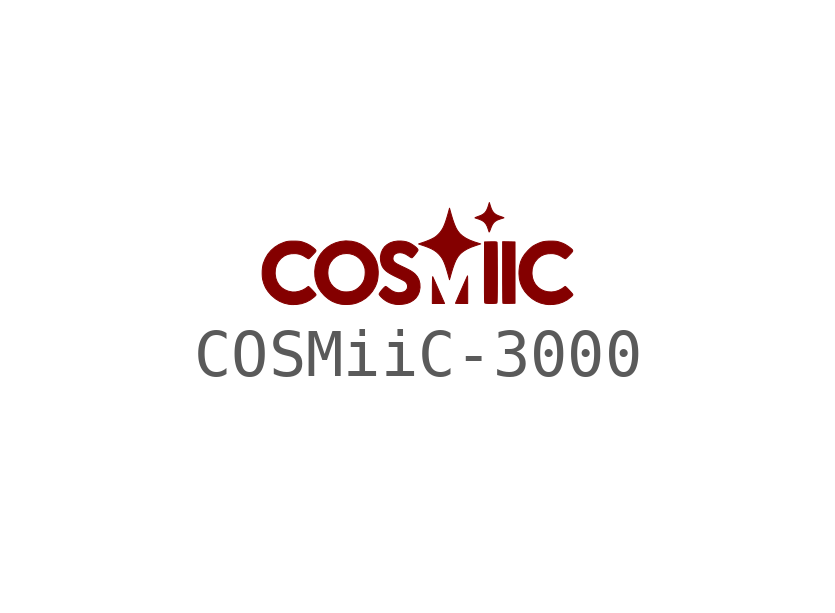
<source format=kicad_sym>
(kicad_symbol_lib
  (version 20220914)
  (generator kicad_symbol_editor)
  (symbol "COSMiiC-3000"
    (pin_names
      (offset 1.016))
    (property "Reference" "#G"
      (at 0 0.423 0)
      (effects (font (size 1.27 1.27)) hide))
    (symbol "COSMiiC-3000_0_0"
      (polyline (pts (xy 1.913 -1.04) (xy 2.036 -1.037) (xy 2.036 -0.398) (xy 2.036 0.241) (xy 1.907 0.244) (xy 1.778 0.246) (xy 1.778 -0.392) (xy 1.778 -0.4) (xy 1.778 -0.502) (xy 1.778 -0.599) (xy 1.779 -0.69) (xy 1.779 -0.773) (xy 1.78 -0.847) (xy 1.78 -0.911) (xy 1.781 -0.963) (xy 1.782 -1.002) (xy 1.783 -1.027) (xy 1.784 -1.036) (xy 1.786 -1.037) (xy 1.802 -1.038) (xy 1.831 -1.04) (xy 1.869 -1.04) (xy 1.913 -1.04)) (stroke (width 0.01) (type default)) (fill (type outline)))
      (polyline (pts (xy 0.556 -1.014) (xy 0.548 -0.995) (xy 0.532 -0.96) (xy 0.513 -0.916) (xy 0.491 -0.865) (xy 0.467 -0.811) (xy 0.442 -0.754) (xy 0.417 -0.697) (xy 0.393 -0.643) (xy 0.371 -0.593) (xy 0.352 -0.55) (xy 0.336 -0.516) (xy 0.326 -0.492) (xy 0.321 -0.483) (xy 0.32 -0.483) (xy 0.318 -0.496) (xy 0.317 -0.525) (xy 0.316 -0.566) (xy 0.315 -0.619) (xy 0.314 -0.683) (xy 0.314 -0.756) (xy 0.313 -1.041) (xy 0.44 -1.041) (xy 0.568 -1.041) (xy 0.556 -1.014)) (stroke (width 0.01) (type default)) (fill (type outline)))
      (polyline (pts (xy 1.05 -0.752) (xy 1.05 -0.697) (xy 1.05 -0.634) (xy 1.049 -0.578) (xy 1.049 -0.531) (xy 1.048 -0.496) (xy 1.047 -0.474) (xy 1.046 -0.466) (xy 1.044 -0.47) (xy 1.036 -0.488) (xy 1.023 -0.517) (xy 1.005 -0.557) (xy 0.984 -0.604) (xy 0.961 -0.657) (xy 0.936 -0.713) (xy 0.911 -0.771) (xy 0.886 -0.828) (xy 0.862 -0.882) (xy 0.841 -0.931) (xy 0.823 -0.974) (xy 0.808 -1.007) (xy 0.799 -1.029) (xy 0.796 -1.037) (xy 0.798 -1.038) (xy 0.813 -1.039) (xy 0.841 -1.04) (xy 0.879 -1.041) (xy 0.923 -1.041) (xy 1.05 -1.041) (xy 1.05 -0.752)) (stroke (width 0.01) (type default)) (fill (type outline)))
      (polyline (pts (xy 1.503 0.455) (xy 1.512 0.475) (xy 1.523 0.504) (xy 1.537 0.543) (xy 1.562 0.598) (xy 1.591 0.641) (xy 1.627 0.673) (xy 1.672 0.699) (xy 1.729 0.719) (xy 1.733 0.721) (xy 1.764 0.73) (xy 1.79 0.738) (xy 1.803 0.743) (xy 1.805 0.743) (xy 1.799 0.749) (xy 1.78 0.756) (xy 1.753 0.766) (xy 1.693 0.786) (xy 1.64 0.811) (xy 1.599 0.843) (xy 1.567 0.883) (xy 1.542 0.934) (xy 1.52 0.999) (xy 1.501 1.062) (xy 1.479 0.991) (xy 1.465 0.948) (xy 1.441 0.895) (xy 1.411 0.853) (xy 1.374 0.821) (xy 1.326 0.794) (xy 1.263 0.771) (xy 1.245 0.764) (xy 1.219 0.754) (xy 1.204 0.747) (xy 1.202 0.742) (xy 1.211 0.739) (xy 1.234 0.732) (xy 1.262 0.723) (xy 1.291 0.713) (xy 1.348 0.689) (xy 1.392 0.659) (xy 1.426 0.621) (xy 1.454 0.571) (xy 1.477 0.508) (xy 1.483 0.488) (xy 1.491 0.464) (xy 1.496 0.449) (xy 1.497 0.448) (xy 1.503 0.455)) (stroke (width 0.01) (type default)) (fill (type outline)))
      (polyline (pts (xy 1.584 -1.041) (xy 1.619 -1.039) (xy 1.645 -1.036) (xy 1.658 -1.031) (xy 1.659 -1.028) (xy 1.661 -1.016) (xy 1.663 -0.996) (xy 1.664 -0.965) (xy 1.665 -0.923) (xy 1.666 -0.87) (xy 1.667 -0.804) (xy 1.667 -0.725) (xy 1.668 -0.632) (xy 1.668 -0.523) (xy 1.668 -0.398) (xy 1.668 -0.302) (xy 1.667 -0.206) (xy 1.667 -0.115) (xy 1.666 -0.032) (xy 1.666 0.043) (xy 1.665 0.107) (xy 1.664 0.16) (xy 1.663 0.2) (xy 1.662 0.225) (xy 1.661 0.235) (xy 1.656 0.238) (xy 1.643 0.242) (xy 1.618 0.244) (xy 1.58 0.244) (xy 1.528 0.244) (xy 1.401 0.241) (xy 1.399 -0.389) (xy 1.399 -0.392) (xy 1.399 -0.52) (xy 1.399 -0.632) (xy 1.399 -0.729) (xy 1.399 -0.811) (xy 1.4 -0.879) (xy 1.4 -0.933) (xy 1.401 -0.975) (xy 1.403 -1.004) (xy 1.405 -1.022) (xy 1.407 -1.03) (xy 1.413 -1.033) (xy 1.434 -1.037) (xy 1.465 -1.04) (xy 1.504 -1.042) (xy 1.544 -1.042) (xy 1.584 -1.041)) (stroke (width 0.01) (type default)) (fill (type outline)))
      (polyline (pts (xy 0.708 -0.412) (xy 0.708 -0.412) (xy 0.741 -0.303) (xy 0.774 -0.21) (xy 0.807 -0.134) (xy 0.842 -0.074) (xy 0.855 -0.055) (xy 0.902 -0.001) (xy 0.962 0.047) (xy 1.034 0.091) (xy 1.12 0.131) (xy 1.221 0.167) (xy 1.321 0.2) (xy 1.22 0.232) (xy 1.199 0.238) (xy 1.099 0.276) (xy 1.015 0.317) (xy 0.945 0.363) (xy 0.887 0.414) (xy 0.842 0.472) (xy 0.841 0.472) (xy 0.807 0.532) (xy 0.774 0.608) (xy 0.741 0.701) (xy 0.708 0.81) (xy 0.671 0.944) (xy 0.661 0.906) (xy 0.641 0.832) (xy 0.616 0.747) (xy 0.593 0.674) (xy 0.571 0.613) (xy 0.549 0.561) (xy 0.527 0.517) (xy 0.502 0.478) (xy 0.476 0.442) (xy 0.445 0.408) (xy 0.444 0.407) (xy 0.411 0.375) (xy 0.381 0.35) (xy 0.347 0.328) (xy 0.303 0.305) (xy 0.277 0.292) (xy 0.226 0.271) (xy 0.172 0.249) (xy 0.122 0.232) (xy 0.121 0.231) (xy 0.084 0.219) (xy 0.054 0.209) (xy 0.034 0.202) (xy 0.027 0.199) (xy 0.028 0.198) (xy 0.039 0.194) (xy 0.062 0.186) (xy 0.095 0.175) (xy 0.134 0.162) (xy 0.138 0.161) (xy 0.222 0.13) (xy 0.293 0.099) (xy 0.352 0.066) (xy 0.402 0.03) (xy 0.446 -0.011) (xy 0.468 -0.036) (xy 0.496 -0.07) (xy 0.521 -0.108) (xy 0.544 -0.151) (xy 0.566 -0.201) (xy 0.588 -0.26) (xy 0.61 -0.329) (xy 0.634 -0.411) (xy 0.661 -0.508) (xy 0.671 -0.546) (xy 0.708 -0.412)) (stroke (width 0.01) (type default)) (fill (type outline)))
      (polyline (pts (xy -1.422 -1.061) (xy -1.354 -1.054) (xy -1.296 -1.041) (xy -1.256 -1.029) (xy -1.162 -0.987) (xy -1.075 -0.932) (xy -0.999 -0.864) (xy -0.933 -0.786) (xy -0.881 -0.699) (xy -0.868 -0.672) (xy -0.846 -0.616) (xy -0.83 -0.561) (xy -0.821 -0.502) (xy -0.815 -0.432) (xy -0.814 -0.38) (xy -0.823 -0.277) (xy -0.846 -0.183) (xy -0.884 -0.095) (xy -0.938 -0.012) (xy -1.008 0.068) (xy -1.015 0.075) (xy -1.096 0.144) (xy -1.18 0.196) (xy -1.27 0.233) (xy -1.367 0.255) (xy -1.471 0.262) (xy -1.502 0.262) (xy -1.605 0.25) (xy -1.703 0.223) (xy -1.793 0.183) (xy -1.875 0.13) (xy -1.948 0.067) (xy -2.011 -0.006) (xy -2.063 -0.088) (xy -2.102 -0.177) (xy -2.127 -0.273) (xy -2.138 -0.373) (xy -2.137 -0.406) (xy -1.865 -0.406) (xy -1.859 -0.324) (xy -1.84 -0.249) (xy -1.806 -0.182) (xy -1.758 -0.12) (xy -1.756 -0.118) (xy -1.695 -0.066) (xy -1.629 -0.029) (xy -1.554 -0.007) (xy -1.472 0) (xy -1.407 -0.005) (xy -1.331 -0.026) (xy -1.262 -0.06) (xy -1.203 -0.107) (xy -1.153 -0.166) (xy -1.116 -0.235) (xy -1.091 -0.313) (xy -1.088 -0.336) (xy -1.085 -0.39) (xy -1.088 -0.449) (xy -1.096 -0.505) (xy -1.109 -0.552) (xy -1.131 -0.6) (xy -1.173 -0.661) (xy -1.226 -0.714) (xy -1.285 -0.756) (xy -1.349 -0.784) (xy -1.37 -0.789) (xy -1.422 -0.798) (xy -1.477 -0.801) (xy -1.53 -0.799) (xy -1.573 -0.792) (xy -1.611 -0.779) (xy -1.684 -0.743) (xy -1.747 -0.695) (xy -1.797 -0.636) (xy -1.834 -0.568) (xy -1.857 -0.49) (xy -1.865 -0.406) (xy -2.137 -0.406) (xy -2.134 -0.477) (xy -2.125 -0.531) (xy -2.1 -0.626) (xy -2.062 -0.714) (xy -2.008 -0.795) (xy -1.94 -0.872) (xy -1.918 -0.893) (xy -1.846 -0.952) (xy -1.77 -0.998) (xy -1.689 -1.031) (xy -1.596 -1.055) (xy -1.557 -1.06) (xy -1.492 -1.063) (xy -1.422 -1.061)) (stroke (width 0.01) (type default)) (fill (type outline)))
      (polyline (pts (xy -2.513 -1.062) (xy -2.412 -1.045) (xy -2.317 -1.013) (xy -2.228 -0.966) (xy -2.148 -0.905) (xy -2.136 -0.894) (xy -2.119 -0.877) (xy -2.111 -0.865) (xy -2.111 -0.856) (xy -2.117 -0.844) (xy -2.126 -0.831) (xy -2.145 -0.809) (xy -2.168 -0.784) (xy -2.194 -0.756) (xy -2.22 -0.73) (xy -2.243 -0.707) (xy -2.26 -0.692) (xy -2.269 -0.686) (xy -2.273 -0.687) (xy -2.288 -0.697) (xy -2.308 -0.712) (xy -2.33 -0.729) (xy -2.393 -0.763) (xy -2.462 -0.787) (xy -2.534 -0.801) (xy -2.602 -0.802) (xy -2.61 -0.801) (xy -2.692 -0.784) (xy -2.765 -0.753) (xy -2.829 -0.71) (xy -2.881 -0.655) (xy -2.921 -0.589) (xy -2.948 -0.515) (xy -2.961 -0.432) (xy -2.962 -0.406) (xy -2.956 -0.321) (xy -2.935 -0.243) (xy -2.898 -0.173) (xy -2.847 -0.111) (xy -2.829 -0.094) (xy -2.768 -0.049) (xy -2.7 -0.019) (xy -2.624 -0.004) (xy -2.54 -0.002) (xy -2.513 -0.004) (xy -2.448 -0.017) (xy -2.388 -0.04) (xy -2.326 -0.077) (xy -2.326 -0.077) (xy -2.3 -0.094) (xy -2.279 -0.105) (xy -2.267 -0.11) (xy -2.261 -0.108) (xy -2.251 -0.101) (xy -2.235 -0.086) (xy -2.212 -0.063) (xy -2.18 -0.03) (xy -2.138 0.015) (xy -2.127 0.027) (xy -2.115 0.045) (xy -2.112 0.062) (xy -2.121 0.079) (xy -2.142 0.099) (xy -2.175 0.127) (xy -2.234 0.169) (xy -2.306 0.208) (xy -2.388 0.238) (xy -2.396 0.241) (xy -2.424 0.248) (xy -2.451 0.253) (xy -2.482 0.256) (xy -2.522 0.258) (xy -2.574 0.258) (xy -2.59 0.258) (xy -2.638 0.258) (xy -2.675 0.256) (xy -2.704 0.252) (xy -2.731 0.247) (xy -2.76 0.238) (xy -2.78 0.232) (xy -2.881 0.189) (xy -2.97 0.133) (xy -3.048 0.065) (xy -3.115 -0.015) (xy -3.168 -0.106) (xy -3.209 -0.207) (xy -3.216 -0.234) (xy -3.226 -0.291) (xy -3.232 -0.356) (xy -3.233 -0.423) (xy -3.23 -0.486) (xy -3.223 -0.539) (xy -3.199 -0.625) (xy -3.162 -0.712) (xy -3.11 -0.792) (xy -3.044 -0.869) (xy -3.038 -0.874) (xy -2.958 -0.942) (xy -2.87 -0.996) (xy -2.776 -1.035) (xy -2.677 -1.058) (xy -2.617 -1.064) (xy -2.513 -1.062)) (stroke (width 0.01) (type default)) (fill (type outline)))
      (polyline (pts (xy 2.836 -1.062) (xy 2.937 -1.046) (xy 3.033 -1.013) (xy 3.122 -0.967) (xy 3.203 -0.905) (xy 3.223 -0.887) (xy 3.236 -0.871) (xy 3.241 -0.86) (xy 3.238 -0.849) (xy 3.237 -0.847) (xy 3.227 -0.833) (xy 3.208 -0.811) (xy 3.184 -0.785) (xy 3.158 -0.757) (xy 3.132 -0.73) (xy 3.109 -0.707) (xy 3.092 -0.692) (xy 3.083 -0.686) (xy 3.078 -0.687) (xy 3.063 -0.697) (xy 3.043 -0.712) (xy 3.012 -0.734) (xy 2.943 -0.77) (xy 2.87 -0.793) (xy 2.794 -0.802) (xy 2.719 -0.797) (xy 2.647 -0.78) (xy 2.579 -0.749) (xy 2.518 -0.706) (xy 2.467 -0.65) (xy 2.457 -0.636) (xy 2.422 -0.573) (xy 2.4 -0.507) (xy 2.39 -0.432) (xy 2.389 -0.405) (xy 2.395 -0.32) (xy 2.416 -0.243) (xy 2.453 -0.173) (xy 2.504 -0.112) (xy 2.522 -0.094) (xy 2.584 -0.049) (xy 2.652 -0.019) (xy 2.727 -0.004) (xy 2.811 -0.002) (xy 2.838 -0.004) (xy 2.903 -0.017) (xy 2.963 -0.04) (xy 3.025 -0.077) (xy 3.025 -0.077) (xy 3.051 -0.094) (xy 3.072 -0.105) (xy 3.084 -0.11) (xy 3.088 -0.109) (xy 3.104 -0.097) (xy 3.131 -0.072) (xy 3.168 -0.033) (xy 3.216 0.018) (xy 3.224 0.028) (xy 3.236 0.046) (xy 3.238 0.063) (xy 3.229 0.081) (xy 3.207 0.102) (xy 3.172 0.13) (xy 3.14 0.153) (xy 3.085 0.188) (xy 3.029 0.215) (xy 2.963 0.238) (xy 2.96 0.239) (xy 2.931 0.247) (xy 2.903 0.253) (xy 2.872 0.256) (xy 2.833 0.258) (xy 2.781 0.258) (xy 2.734 0.258) (xy 2.676 0.254) (xy 2.625 0.247) (xy 2.578 0.234) (xy 2.529 0.215) (xy 2.472 0.189) (xy 2.44 0.172) (xy 2.408 0.153) (xy 2.38 0.132) (xy 2.349 0.105) (xy 2.311 0.068) (xy 2.307 0.064) (xy 2.24 -0.013) (xy 2.189 -0.091) (xy 2.152 -0.174) (xy 2.13 -0.264) (xy 2.119 -0.364) (xy 2.118 -0.422) (xy 2.127 -0.525) (xy 2.15 -0.62) (xy 2.187 -0.707) (xy 2.239 -0.79) (xy 2.307 -0.868) (xy 2.313 -0.874) (xy 2.393 -0.942) (xy 2.481 -0.996) (xy 2.575 -1.035) (xy 2.674 -1.058) (xy 2.732 -1.064) (xy 2.836 -1.062)) (stroke (width 0.01) (type default)) (fill (type outline)))
      (polyline (pts (xy -0.32 -1.059) (xy -0.258 -1.05) (xy -0.203 -1.036) (xy -0.153 -1.017) (xy -0.085 -0.977) (xy -0.029 -0.927) (xy 0.013 -0.866) (xy 0.042 -0.796) (xy 0.056 -0.717) (xy 0.057 -0.706) (xy 0.054 -0.627) (xy 0.036 -0.554) (xy 0.004 -0.488) (xy -0.044 -0.43) (xy -0.044 -0.43) (xy -0.072 -0.406) (xy -0.104 -0.382) (xy -0.143 -0.357) (xy -0.191 -0.331) (xy -0.251 -0.301) (xy -0.324 -0.267) (xy -0.361 -0.249) (xy -0.413 -0.223) (xy -0.452 -0.199) (xy -0.479 -0.177) (xy -0.496 -0.155) (xy -0.505 -0.132) (xy -0.508 -0.105) (xy -0.508 -0.097) (xy -0.5 -0.055) (xy -0.48 -0.024) (xy -0.446 -0.001) (xy -0.415 0.011) (xy -0.36 0.018) (xy -0.301 0.009) (xy -0.241 -0.014) (xy -0.18 -0.052) (xy -0.151 -0.073) (xy -0.126 -0.086) (xy -0.111 -0.089) (xy -0.109 -0.088) (xy -0.095 -0.076) (xy -0.074 -0.054) (xy -0.051 -0.026) (xy -0.027 0.004) (xy -0.006 0.033) (xy 0.009 0.056) (xy 0.015 0.071) (xy 0.012 0.086) (xy -0.004 0.108) (xy -0.033 0.136) (xy -0.072 0.166) (xy -0.12 0.197) (xy -0.124 0.2) (xy -0.174 0.226) (xy -0.222 0.243) (xy -0.276 0.254) (xy -0.34 0.26) (xy -0.408 0.26) (xy -0.491 0.248) (xy -0.565 0.223) (xy -0.629 0.186) (xy -0.683 0.139) (xy -0.724 0.08) (xy -0.753 0.012) (xy -0.768 -0.065) (xy -0.769 -0.094) (xy -0.765 -0.152) (xy -0.753 -0.209) (xy -0.735 -0.258) (xy -0.713 -0.296) (xy -0.686 -0.33) (xy -0.653 -0.362) (xy -0.611 -0.394) (xy -0.559 -0.426) (xy -0.494 -0.461) (xy -0.415 -0.499) (xy -0.384 -0.514) (xy -0.34 -0.535) (xy -0.302 -0.555) (xy -0.273 -0.571) (xy -0.256 -0.581) (xy -0.246 -0.589) (xy -0.219 -0.623) (xy -0.205 -0.662) (xy -0.203 -0.702) (xy -0.214 -0.74) (xy -0.238 -0.772) (xy -0.273 -0.796) (xy -0.338 -0.815) (xy -0.403 -0.818) (xy -0.469 -0.804) (xy -0.533 -0.774) (xy -0.596 -0.728) (xy -0.6 -0.725) (xy -0.625 -0.705) (xy -0.646 -0.691) (xy -0.66 -0.686) (xy -0.667 -0.689) (xy -0.685 -0.702) (xy -0.707 -0.725) (xy -0.732 -0.752) (xy -0.755 -0.781) (xy -0.776 -0.809) (xy -0.79 -0.832) (xy -0.796 -0.847) (xy -0.795 -0.851) (xy -0.784 -0.871) (xy -0.763 -0.897) (xy -0.734 -0.925) (xy -0.701 -0.954) (xy -0.665 -0.98) (xy -0.631 -1) (xy -0.625 -1.004) (xy -0.57 -1.029) (xy -0.515 -1.046) (xy -0.453 -1.059) (xy -0.438 -1.061) (xy -0.382 -1.063) (xy -0.32 -1.059)) (stroke (width 0.01) (type default)) (fill (type outline))))))
</source>
